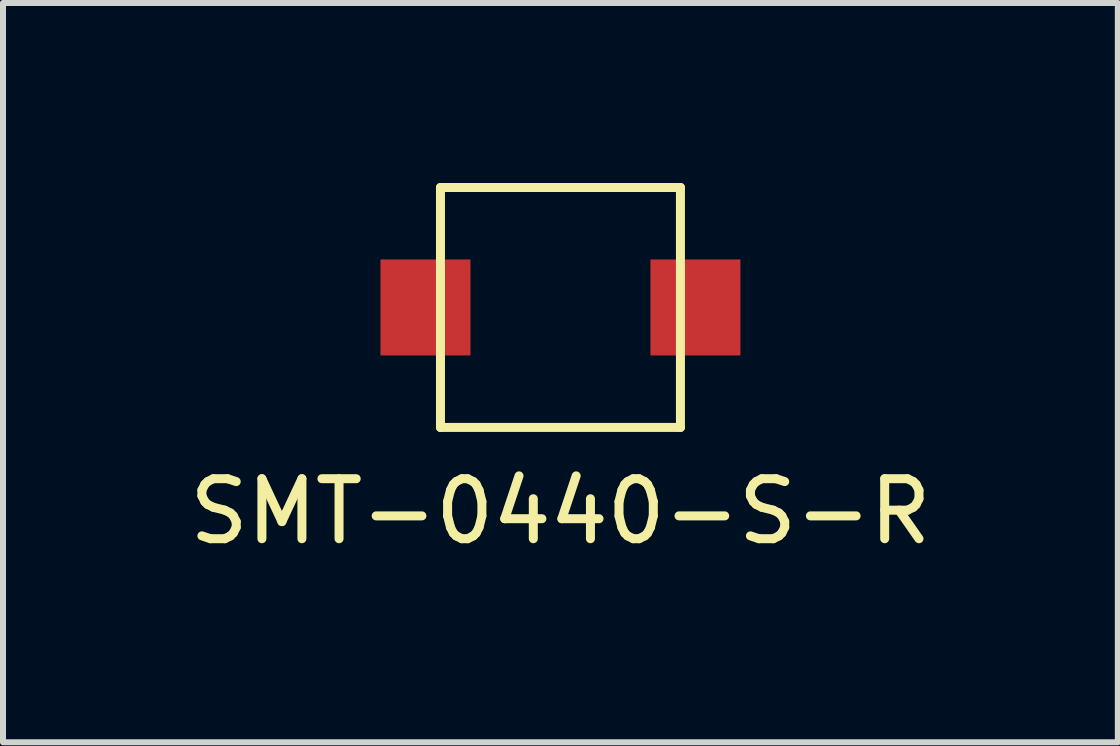
<source format=kicad_pcb>
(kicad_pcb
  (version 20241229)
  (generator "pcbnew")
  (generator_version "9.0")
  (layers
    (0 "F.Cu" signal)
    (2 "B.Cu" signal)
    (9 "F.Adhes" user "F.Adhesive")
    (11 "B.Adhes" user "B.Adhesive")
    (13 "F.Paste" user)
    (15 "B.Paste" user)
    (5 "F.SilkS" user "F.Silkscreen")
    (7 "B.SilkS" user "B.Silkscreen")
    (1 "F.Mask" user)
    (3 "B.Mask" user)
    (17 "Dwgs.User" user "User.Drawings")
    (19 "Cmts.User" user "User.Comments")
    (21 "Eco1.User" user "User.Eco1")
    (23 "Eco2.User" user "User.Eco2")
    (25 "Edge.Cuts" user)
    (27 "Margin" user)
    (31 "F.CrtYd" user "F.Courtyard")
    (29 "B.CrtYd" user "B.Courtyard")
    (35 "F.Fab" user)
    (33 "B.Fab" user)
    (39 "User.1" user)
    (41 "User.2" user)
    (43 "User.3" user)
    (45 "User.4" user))
  (footprint "SMT-0440-S-R"
    (layer "F.Cu")
    (at 6.292 2.075)
    (property "Reference" "SMT-0440-S-R" (at 0 3.4 0) (layer "F.SilkS") (effects (font (size 1 1) (thickness 0.15))))
    (attr through_hole)
    (fp_line (start -2 -2) (end -2 2) (stroke (width 0.15) (type solid)) (layer "F.SilkS"))
    (fp_line (start -2 2) (end 2 2) (stroke (width 0.15) (type solid)) (layer "F.SilkS"))
    (fp_line (start 2 -2) (end -2 -2) (stroke (width 0.15) (type solid)) (layer "F.SilkS"))
    (fp_line (start 2 2) (end 2 -2) (stroke (width 0.15) (type solid)) (layer "F.SilkS"))
    (pad "1" smd rect (at -2.25 0) (size 1.5 1.6) (layers "F.Cu" "F.Mask" "F.Paste"))
    (pad "2" smd rect (at 2.25 0) (size 1.5 1.6) (layers "F.Cu" "F.Mask" "F.Paste")))
  (gr_rect
    (start -3 -3)
    (end 15.583 9.323)
    (stroke (width 0.1) (type default))
    (fill no)
    (layer "Edge.Cuts")))
</source>
